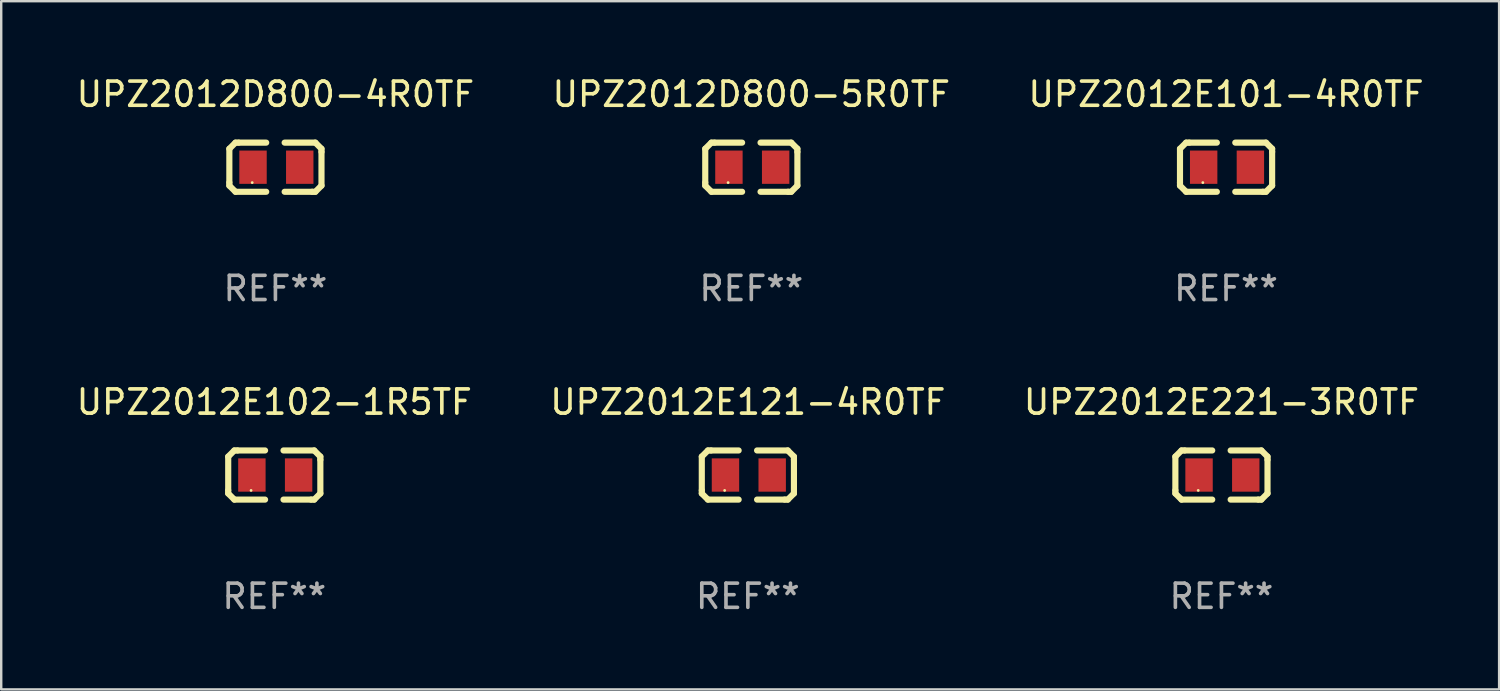
<source format=kicad_pcb>
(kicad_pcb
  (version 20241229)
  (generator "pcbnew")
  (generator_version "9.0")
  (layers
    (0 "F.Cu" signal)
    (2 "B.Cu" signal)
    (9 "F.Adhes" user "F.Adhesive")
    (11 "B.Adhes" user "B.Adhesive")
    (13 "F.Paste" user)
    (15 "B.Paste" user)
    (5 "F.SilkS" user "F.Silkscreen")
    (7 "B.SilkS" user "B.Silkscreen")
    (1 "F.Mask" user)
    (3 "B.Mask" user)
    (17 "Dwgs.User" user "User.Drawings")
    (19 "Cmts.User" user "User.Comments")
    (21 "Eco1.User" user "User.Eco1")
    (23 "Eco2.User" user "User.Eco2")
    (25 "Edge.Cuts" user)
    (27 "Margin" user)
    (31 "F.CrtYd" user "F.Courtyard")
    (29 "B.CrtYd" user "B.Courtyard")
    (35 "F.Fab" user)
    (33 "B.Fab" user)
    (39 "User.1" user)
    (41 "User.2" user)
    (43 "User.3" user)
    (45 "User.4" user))
  (footprint "UPZ2012D800-5R0TF"
    (layer "F.Cu")
    (at 28.018 3.864)
    (property "Reference" "UPZ2012D800-5R0TF" (at 0 -3.016 0) (layer "F.SilkS") (effects (font (size 1 1) (thickness 0.15))))
    (attr through_hole)
    (fp_line (start -1.905 -0.762) (end -1.905 0.635) (stroke (width 0.254) (type solid)) (layer "F.SilkS"))
    (fp_line (start -1.905 0.635) (end -1.905 0.762) (stroke (width 0.254) (type solid)) (layer "F.SilkS"))
    (fp_line (start -1.905 0.762) (end -1.651 1.016) (stroke (width 0.254) (type solid)) (layer "F.SilkS"))
    (fp_line (start -1.651 -1.016) (end -1.905 -0.762) (stroke (width 0.254) (type solid)) (layer "F.SilkS"))
    (fp_line (start -1.651 1.016) (end -0.381 1.016) (stroke (width 0.254) (type solid)) (layer "F.SilkS"))
    (fp_line (start -1.524 -1.016) (end -1.651 -1.016) (stroke (width 0.254) (type solid)) (layer "F.SilkS"))
    (fp_line (start -0.381 -1.016) (end -1.524 -1.016) (stroke (width 0.254) (type solid)) (layer "F.SilkS"))
    (fp_line (start 0.381 1.016) (end 1.524 1.016) (stroke (width 0.254) (type solid)) (layer "F.SilkS"))
    (fp_line (start 1.524 1.016) (end 1.651 1.016) (stroke (width 0.254) (type solid)) (layer "F.SilkS"))
    (fp_line (start 1.651 -1.016) (end 0.381 -1.016) (stroke (width 0.254) (type solid)) (layer "F.SilkS"))
    (fp_line (start 1.651 1.016) (end 1.905 0.762) (stroke (width 0.254) (type solid)) (layer "F.SilkS"))
    (fp_line (start 1.905 -0.762) (end 1.651 -1.016) (stroke (width 0.254) (type solid)) (layer "F.SilkS"))
    (fp_line (start 1.905 -0.635) (end 1.905 -0.762) (stroke (width 0.254) (type solid)) (layer "F.SilkS"))
    (fp_line (start 1.905 0.762) (end 1.905 -0.635) (stroke (width 0.254) (type solid)) (layer "F.SilkS"))
    (fp_circle (center -0.96 0.637) (end -0.93 0.637) (stroke (width 0.06) (type solid)) (fill no) (layer "F.SilkS"))
    (fp_text user "REF**" (at 0 5.016 0) (layer "F.Fab") (effects (font (size 1 1) (thickness 0.15))))
    (pad "1" smd rect (at -0.926 -0.000051) (size 1.133 1.377) (layers "F.Cu" "F.Mask" "F.Paste"))
    (pad "2" smd rect (at 1.006 -0.000051) (size 1.133 1.377) (layers "F.Cu" "F.Mask" "F.Paste")))
  (footprint "UPZ2012E101-4R0TF"
    (layer "F.Cu")
    (at 47.649 3.864)
    (property "Reference" "UPZ2012E101-4R0TF" (at 0 -3.016 0) (layer "F.SilkS") (effects (font (size 1 1) (thickness 0.15))))
    (attr through_hole)
    (fp_line (start -1.905 -0.762) (end -1.905 0.635) (stroke (width 0.254) (type solid)) (layer "F.SilkS"))
    (fp_line (start -1.905 0.635) (end -1.905 0.762) (stroke (width 0.254) (type solid)) (layer "F.SilkS"))
    (fp_line (start -1.905 0.762) (end -1.651 1.016) (stroke (width 0.254) (type solid)) (layer "F.SilkS"))
    (fp_line (start -1.651 -1.016) (end -1.905 -0.762) (stroke (width 0.254) (type solid)) (layer "F.SilkS"))
    (fp_line (start -1.651 1.016) (end -0.381 1.016) (stroke (width 0.254) (type solid)) (layer "F.SilkS"))
    (fp_line (start -1.524 -1.016) (end -1.651 -1.016) (stroke (width 0.254) (type solid)) (layer "F.SilkS"))
    (fp_line (start -0.381 -1.016) (end -1.524 -1.016) (stroke (width 0.254) (type solid)) (layer "F.SilkS"))
    (fp_line (start 0.381 1.016) (end 1.524 1.016) (stroke (width 0.254) (type solid)) (layer "F.SilkS"))
    (fp_line (start 1.524 1.016) (end 1.651 1.016) (stroke (width 0.254) (type solid)) (layer "F.SilkS"))
    (fp_line (start 1.651 -1.016) (end 0.381 -1.016) (stroke (width 0.254) (type solid)) (layer "F.SilkS"))
    (fp_line (start 1.651 1.016) (end 1.905 0.762) (stroke (width 0.254) (type solid)) (layer "F.SilkS"))
    (fp_line (start 1.905 -0.762) (end 1.651 -1.016) (stroke (width 0.254) (type solid)) (layer "F.SilkS"))
    (fp_line (start 1.905 -0.635) (end 1.905 -0.762) (stroke (width 0.254) (type solid)) (layer "F.SilkS"))
    (fp_line (start 1.905 0.762) (end 1.905 -0.635) (stroke (width 0.254) (type solid)) (layer "F.SilkS"))
    (fp_circle (center -0.96 0.637) (end -0.93 0.637) (stroke (width 0.06) (type solid)) (fill no) (layer "F.SilkS"))
    (fp_text user "REF**" (at 0 5.016 0) (layer "F.Fab") (effects (font (size 1 1) (thickness 0.15))))
    (pad "1" smd rect (at -0.926 -0.000051) (size 1.133 1.377) (layers "F.Cu" "F.Mask" "F.Paste"))
    (pad "2" smd rect (at 1.006 -0.000051) (size 1.133 1.377) (layers "F.Cu" "F.Mask" "F.Paste")))
  (footprint "UPZ2012D800-4R0TF"
    (layer "F.Cu")
    (at 8.339 3.864)
    (property "Reference" "UPZ2012D800-4R0TF" (at 0 -3.016 0) (layer "F.SilkS") (effects (font (size 1 1) (thickness 0.15))))
    (attr through_hole)
    (fp_line (start -1.905 -0.762) (end -1.905 0.635) (stroke (width 0.254) (type solid)) (layer "F.SilkS"))
    (fp_line (start -1.905 0.635) (end -1.905 0.762) (stroke (width 0.254) (type solid)) (layer "F.SilkS"))
    (fp_line (start -1.905 0.762) (end -1.651 1.016) (stroke (width 0.254) (type solid)) (layer "F.SilkS"))
    (fp_line (start -1.651 -1.016) (end -1.905 -0.762) (stroke (width 0.254) (type solid)) (layer "F.SilkS"))
    (fp_line (start -1.651 1.016) (end -0.381 1.016) (stroke (width 0.254) (type solid)) (layer "F.SilkS"))
    (fp_line (start -1.524 -1.016) (end -1.651 -1.016) (stroke (width 0.254) (type solid)) (layer "F.SilkS"))
    (fp_line (start -0.381 -1.016) (end -1.524 -1.016) (stroke (width 0.254) (type solid)) (layer "F.SilkS"))
    (fp_line (start 0.381 1.016) (end 1.524 1.016) (stroke (width 0.254) (type solid)) (layer "F.SilkS"))
    (fp_line (start 1.524 1.016) (end 1.651 1.016) (stroke (width 0.254) (type solid)) (layer "F.SilkS"))
    (fp_line (start 1.651 -1.016) (end 0.381 -1.016) (stroke (width 0.254) (type solid)) (layer "F.SilkS"))
    (fp_line (start 1.651 1.016) (end 1.905 0.762) (stroke (width 0.254) (type solid)) (layer "F.SilkS"))
    (fp_line (start 1.905 -0.762) (end 1.651 -1.016) (stroke (width 0.254) (type solid)) (layer "F.SilkS"))
    (fp_line (start 1.905 -0.635) (end 1.905 -0.762) (stroke (width 0.254) (type solid)) (layer "F.SilkS"))
    (fp_line (start 1.905 0.762) (end 1.905 -0.635) (stroke (width 0.254) (type solid)) (layer "F.SilkS"))
    (fp_circle (center -0.96 0.637) (end -0.93 0.637) (stroke (width 0.06) (type solid)) (fill no) (layer "F.SilkS"))
    (fp_text user "REF**" (at 0 5.016 0) (layer "F.Fab") (effects (font (size 1 1) (thickness 0.15))))
    (pad "1" smd rect (at -0.926 -0.000051) (size 1.133 1.377) (layers "F.Cu" "F.Mask" "F.Paste"))
    (pad "2" smd rect (at 1.006 -0.000051) (size 1.133 1.377) (layers "F.Cu" "F.Mask" "F.Paste")))
  (footprint "UPZ2012E121-4R0TF"
    (layer "F.Cu")
    (at 27.875 16.593)
    (property "Reference" "UPZ2012E121-4R0TF" (at 0 -3.016 0) (layer "F.SilkS") (effects (font (size 1 1) (thickness 0.15))))
    (attr through_hole)
    (fp_line (start -1.905 -0.762) (end -1.905 0.635) (stroke (width 0.254) (type solid)) (layer "F.SilkS"))
    (fp_line (start -1.905 0.635) (end -1.905 0.762) (stroke (width 0.254) (type solid)) (layer "F.SilkS"))
    (fp_line (start -1.905 0.762) (end -1.651 1.016) (stroke (width 0.254) (type solid)) (layer "F.SilkS"))
    (fp_line (start -1.651 -1.016) (end -1.905 -0.762) (stroke (width 0.254) (type solid)) (layer "F.SilkS"))
    (fp_line (start -1.651 1.016) (end -0.381 1.016) (stroke (width 0.254) (type solid)) (layer "F.SilkS"))
    (fp_line (start -1.524 -1.016) (end -1.651 -1.016) (stroke (width 0.254) (type solid)) (layer "F.SilkS"))
    (fp_line (start -0.381 -1.016) (end -1.524 -1.016) (stroke (width 0.254) (type solid)) (layer "F.SilkS"))
    (fp_line (start 0.381 1.016) (end 1.524 1.016) (stroke (width 0.254) (type solid)) (layer "F.SilkS"))
    (fp_line (start 1.524 1.016) (end 1.651 1.016) (stroke (width 0.254) (type solid)) (layer "F.SilkS"))
    (fp_line (start 1.651 -1.016) (end 0.381 -1.016) (stroke (width 0.254) (type solid)) (layer "F.SilkS"))
    (fp_line (start 1.651 1.016) (end 1.905 0.762) (stroke (width 0.254) (type solid)) (layer "F.SilkS"))
    (fp_line (start 1.905 -0.762) (end 1.651 -1.016) (stroke (width 0.254) (type solid)) (layer "F.SilkS"))
    (fp_line (start 1.905 -0.635) (end 1.905 -0.762) (stroke (width 0.254) (type solid)) (layer "F.SilkS"))
    (fp_line (start 1.905 0.762) (end 1.905 -0.635) (stroke (width 0.254) (type solid)) (layer "F.SilkS"))
    (fp_circle (center -0.96 0.637) (end -0.93 0.637) (stroke (width 0.06) (type solid)) (fill no) (layer "F.SilkS"))
    (fp_text user "REF**" (at 0 5.016 0) (layer "F.Fab") (effects (font (size 1 1) (thickness 0.15))))
    (pad "1" smd rect (at -0.926 -0.000051) (size 1.133 1.377) (layers "F.Cu" "F.Mask" "F.Paste"))
    (pad "2" smd rect (at 1.006 -0.000051) (size 1.133 1.377) (layers "F.Cu" "F.Mask" "F.Paste")))
  (footprint "UPZ2012E221-3R0TF"
    (layer "F.Cu")
    (at 47.458 16.593)
    (property "Reference" "UPZ2012E221-3R0TF" (at 0 -3.016 0) (layer "F.SilkS") (effects (font (size 1 1) (thickness 0.15))))
    (attr through_hole)
    (fp_line (start -1.905 -0.762) (end -1.905 0.635) (stroke (width 0.254) (type solid)) (layer "F.SilkS"))
    (fp_line (start -1.905 0.635) (end -1.905 0.762) (stroke (width 0.254) (type solid)) (layer "F.SilkS"))
    (fp_line (start -1.905 0.762) (end -1.651 1.016) (stroke (width 0.254) (type solid)) (layer "F.SilkS"))
    (fp_line (start -1.651 -1.016) (end -1.905 -0.762) (stroke (width 0.254) (type solid)) (layer "F.SilkS"))
    (fp_line (start -1.651 1.016) (end -0.381 1.016) (stroke (width 0.254) (type solid)) (layer "F.SilkS"))
    (fp_line (start -1.524 -1.016) (end -1.651 -1.016) (stroke (width 0.254) (type solid)) (layer "F.SilkS"))
    (fp_line (start -0.381 -1.016) (end -1.524 -1.016) (stroke (width 0.254) (type solid)) (layer "F.SilkS"))
    (fp_line (start 0.381 1.016) (end 1.524 1.016) (stroke (width 0.254) (type solid)) (layer "F.SilkS"))
    (fp_line (start 1.524 1.016) (end 1.651 1.016) (stroke (width 0.254) (type solid)) (layer "F.SilkS"))
    (fp_line (start 1.651 -1.016) (end 0.381 -1.016) (stroke (width 0.254) (type solid)) (layer "F.SilkS"))
    (fp_line (start 1.651 1.016) (end 1.905 0.762) (stroke (width 0.254) (type solid)) (layer "F.SilkS"))
    (fp_line (start 1.905 -0.762) (end 1.651 -1.016) (stroke (width 0.254) (type solid)) (layer "F.SilkS"))
    (fp_line (start 1.905 -0.635) (end 1.905 -0.762) (stroke (width 0.254) (type solid)) (layer "F.SilkS"))
    (fp_line (start 1.905 0.762) (end 1.905 -0.635) (stroke (width 0.254) (type solid)) (layer "F.SilkS"))
    (fp_circle (center -0.96 0.637) (end -0.93 0.637) (stroke (width 0.06) (type solid)) (fill no) (layer "F.SilkS"))
    (fp_text user "REF**" (at 0 5.016 0) (layer "F.Fab") (effects (font (size 1 1) (thickness 0.15))))
    (pad "1" smd rect (at -0.926 -0.000051) (size 1.133 1.377) (layers "F.Cu" "F.Mask" "F.Paste"))
    (pad "2" smd rect (at 1.006 -0.000051) (size 1.133 1.377) (layers "F.Cu" "F.Mask" "F.Paste")))
  (footprint "UPZ2012E102-1R5TF"
    (layer "F.Cu")
    (at 8.292 16.593)
    (property "Reference" "UPZ2012E102-1R5TF" (at 0 -3.016 0) (layer "F.SilkS") (effects (font (size 1 1) (thickness 0.15))))
    (attr through_hole)
    (fp_line (start -1.905 -0.762) (end -1.905 0.635) (stroke (width 0.254) (type solid)) (layer "F.SilkS"))
    (fp_line (start -1.905 0.635) (end -1.905 0.762) (stroke (width 0.254) (type solid)) (layer "F.SilkS"))
    (fp_line (start -1.905 0.762) (end -1.651 1.016) (stroke (width 0.254) (type solid)) (layer "F.SilkS"))
    (fp_line (start -1.651 -1.016) (end -1.905 -0.762) (stroke (width 0.254) (type solid)) (layer "F.SilkS"))
    (fp_line (start -1.651 1.016) (end -0.381 1.016) (stroke (width 0.254) (type solid)) (layer "F.SilkS"))
    (fp_line (start -1.524 -1.016) (end -1.651 -1.016) (stroke (width 0.254) (type solid)) (layer "F.SilkS"))
    (fp_line (start -0.381 -1.016) (end -1.524 -1.016) (stroke (width 0.254) (type solid)) (layer "F.SilkS"))
    (fp_line (start 0.381 1.016) (end 1.524 1.016) (stroke (width 0.254) (type solid)) (layer "F.SilkS"))
    (fp_line (start 1.524 1.016) (end 1.651 1.016) (stroke (width 0.254) (type solid)) (layer "F.SilkS"))
    (fp_line (start 1.651 -1.016) (end 0.381 -1.016) (stroke (width 0.254) (type solid)) (layer "F.SilkS"))
    (fp_line (start 1.651 1.016) (end 1.905 0.762) (stroke (width 0.254) (type solid)) (layer "F.SilkS"))
    (fp_line (start 1.905 -0.762) (end 1.651 -1.016) (stroke (width 0.254) (type solid)) (layer "F.SilkS"))
    (fp_line (start 1.905 -0.635) (end 1.905 -0.762) (stroke (width 0.254) (type solid)) (layer "F.SilkS"))
    (fp_line (start 1.905 0.762) (end 1.905 -0.635) (stroke (width 0.254) (type solid)) (layer "F.SilkS"))
    (fp_circle (center -0.96 0.637) (end -0.93 0.637) (stroke (width 0.06) (type solid)) (fill no) (layer "F.SilkS"))
    (fp_text user "REF**" (at 0 5.016 0) (layer "F.Fab") (effects (font (size 1 1) (thickness 0.15))))
    (pad "1" smd rect (at -0.926 -0.000051) (size 1.133 1.377) (layers "F.Cu" "F.Mask" "F.Paste"))
    (pad "2" smd rect (at 1.006 -0.000051) (size 1.133 1.377) (layers "F.Cu" "F.Mask" "F.Paste")))
  (gr_rect
    (start -3 -3)
    (end 58.94 25.457)
    (stroke (width 0.1) (type default))
    (fill no)
    (layer "Edge.Cuts")))
</source>
